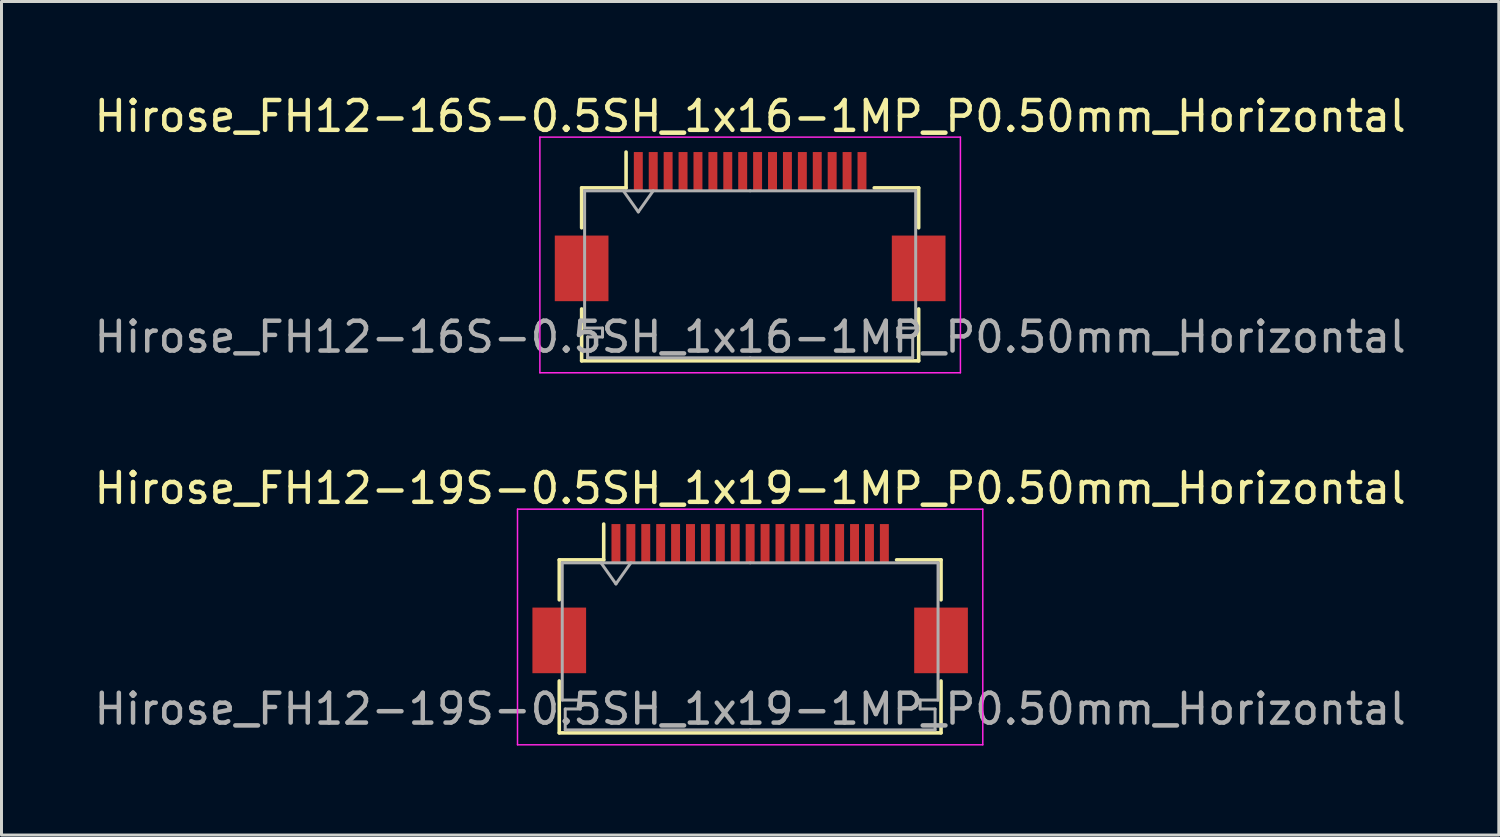
<source format=kicad_pcb>
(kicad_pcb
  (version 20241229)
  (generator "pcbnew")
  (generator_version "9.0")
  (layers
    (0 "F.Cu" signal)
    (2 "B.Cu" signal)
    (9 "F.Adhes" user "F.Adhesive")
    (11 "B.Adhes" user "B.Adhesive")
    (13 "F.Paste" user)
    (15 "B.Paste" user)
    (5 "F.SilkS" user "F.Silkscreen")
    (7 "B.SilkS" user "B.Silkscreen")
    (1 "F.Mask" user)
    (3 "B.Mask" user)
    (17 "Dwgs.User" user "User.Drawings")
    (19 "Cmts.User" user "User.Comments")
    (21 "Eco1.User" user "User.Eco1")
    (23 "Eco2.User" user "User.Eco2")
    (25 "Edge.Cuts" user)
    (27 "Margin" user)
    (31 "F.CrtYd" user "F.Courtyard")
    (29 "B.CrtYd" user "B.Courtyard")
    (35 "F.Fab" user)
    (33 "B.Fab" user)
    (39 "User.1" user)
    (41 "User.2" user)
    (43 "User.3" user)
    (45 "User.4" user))
  (footprint "Hirose_FH12-19S-0.5SH_1x19-1MP_P0.50mm_Horizontal"
    (layer "F.Cu")
    (at 22.101 17.021)
    (property "Reference" "Hirose_FH12-19S-0.5SH_1x19-1MP_P0.50mm_Horizontal" (at 0 -3.7 0) (layer "F.SilkS") (effects (font (size 1 1) (thickness 0.15))))
    (attr smd)
    (fp_line (start -6.4 -1.3) (end -6.4 0.04) (stroke (width 0.12) (type solid)) (layer "F.SilkS"))
    (fp_line (start -6.4 2.76) (end -6.4 4.5) (stroke (width 0.12) (type solid)) (layer "F.SilkS"))
    (fp_line (start -6.4 4.5) (end 6.4 4.5) (stroke (width 0.12) (type solid)) (layer "F.SilkS"))
    (fp_line (start -4.91 -1.3) (end -6.4 -1.3) (stroke (width 0.12) (type solid)) (layer "F.SilkS"))
    (fp_line (start -4.91 -1.3) (end -4.91 -2.5) (stroke (width 0.12) (type solid)) (layer "F.SilkS"))
    (fp_line (start 4.91 -1.3) (end 6.4 -1.3) (stroke (width 0.12) (type solid)) (layer "F.SilkS"))
    (fp_line (start 6.4 -1.3) (end 6.4 0.04) (stroke (width 0.12) (type solid)) (layer "F.SilkS"))
    (fp_line (start 6.4 4.5) (end 6.4 2.76) (stroke (width 0.12) (type solid)) (layer "F.SilkS"))
    (fp_line (start -7.8 -3) (end -7.8 4.9) (stroke (width 0.05) (type solid)) (layer "F.CrtYd"))
    (fp_line (start -7.8 4.9) (end 7.8 4.9) (stroke (width 0.05) (type solid)) (layer "F.CrtYd"))
    (fp_line (start 7.8 -3) (end -7.8 -3) (stroke (width 0.05) (type solid)) (layer "F.CrtYd"))
    (fp_line (start 7.8 4.9) (end 7.8 -3) (stroke (width 0.05) (type solid)) (layer "F.CrtYd"))
    (fp_line (start -6.3 -1.2) (end -6.3 3.4) (stroke (width 0.1) (type solid)) (layer "F.Fab"))
    (fp_line (start -6.3 3.4) (end -5.7 3.4) (stroke (width 0.1) (type solid)) (layer "F.Fab"))
    (fp_line (start -6.2 3.7) (end -6.2 4.4) (stroke (width 0.1) (type solid)) (layer "F.Fab"))
    (fp_line (start -6.2 4.4) (end 0 4.4) (stroke (width 0.1) (type solid)) (layer "F.Fab"))
    (fp_line (start -5.7 3.4) (end -5.7 3.7) (stroke (width 0.1) (type solid)) (layer "F.Fab"))
    (fp_line (start -5.7 3.7) (end -6.2 3.7) (stroke (width 0.1) (type solid)) (layer "F.Fab"))
    (fp_line (start -5 -1.2) (end -4.5 -0.493) (stroke (width 0.1) (type solid)) (layer "F.Fab"))
    (fp_line (start -4.5 -0.493) (end -4 -1.2) (stroke (width 0.1) (type solid)) (layer "F.Fab"))
    (fp_line (start 0 -1.2) (end -6.3 -1.2) (stroke (width 0.1) (type solid)) (layer "F.Fab"))
    (fp_line (start 0 -1.2) (end 6.3 -1.2) (stroke (width 0.1) (type solid)) (layer "F.Fab"))
    (fp_line (start 5.7 3.4) (end 5.7 3.7) (stroke (width 0.1) (type solid)) (layer "F.Fab"))
    (fp_line (start 5.7 3.7) (end 6.2 3.7) (stroke (width 0.1) (type solid)) (layer "F.Fab"))
    (fp_line (start 6.2 3.7) (end 6.2 4.4) (stroke (width 0.1) (type solid)) (layer "F.Fab"))
    (fp_line (start 6.2 4.4) (end 0 4.4) (stroke (width 0.1) (type solid)) (layer "F.Fab"))
    (fp_line (start 6.3 -1.2) (end 6.3 3.4) (stroke (width 0.1) (type solid)) (layer "F.Fab"))
    (fp_line (start 6.3 3.4) (end 5.7 3.4) (stroke (width 0.1) (type solid)) (layer "F.Fab"))
    (fp_text user "${REFERENCE}" (at 0 3.7 0) (layer "F.Fab") (effects (font (size 1 1) (thickness 0.15))))
    (pad "1" smd rect (at -4.5 -1.85) (size 0.3 1.3) (layers "F.Cu" "F.Mask" "F.Paste"))
    (pad "2" smd rect (at -4 -1.85) (size 0.3 1.3) (layers "F.Cu" "F.Mask" "F.Paste"))
    (pad "3" smd rect (at -3.5 -1.85) (size 0.3 1.3) (layers "F.Cu" "F.Mask" "F.Paste"))
    (pad "4" smd rect (at -3 -1.85) (size 0.3 1.3) (layers "F.Cu" "F.Mask" "F.Paste"))
    (pad "5" smd rect (at -2.5 -1.85) (size 0.3 1.3) (layers "F.Cu" "F.Mask" "F.Paste"))
    (pad "6" smd rect (at -2 -1.85) (size 0.3 1.3) (layers "F.Cu" "F.Mask" "F.Paste"))
    (pad "7" smd rect (at -1.5 -1.85) (size 0.3 1.3) (layers "F.Cu" "F.Mask" "F.Paste"))
    (pad "8" smd rect (at -1 -1.85) (size 0.3 1.3) (layers "F.Cu" "F.Mask" "F.Paste"))
    (pad "9" smd rect (at -0.5 -1.85) (size 0.3 1.3) (layers "F.Cu" "F.Mask" "F.Paste"))
    (pad "10" smd rect (at 0 -1.85) (size 0.3 1.3) (layers "F.Cu" "F.Mask" "F.Paste"))
    (pad "11" smd rect (at 0.5 -1.85) (size 0.3 1.3) (layers "F.Cu" "F.Mask" "F.Paste"))
    (pad "12" smd rect (at 1 -1.85) (size 0.3 1.3) (layers "F.Cu" "F.Mask" "F.Paste"))
    (pad "13" smd rect (at 1.5 -1.85) (size 0.3 1.3) (layers "F.Cu" "F.Mask" "F.Paste"))
    (pad "14" smd rect (at 2 -1.85) (size 0.3 1.3) (layers "F.Cu" "F.Mask" "F.Paste"))
    (pad "15" smd rect (at 2.5 -1.85) (size 0.3 1.3) (layers "F.Cu" "F.Mask" "F.Paste"))
    (pad "16" smd rect (at 3 -1.85) (size 0.3 1.3) (layers "F.Cu" "F.Mask" "F.Paste"))
    (pad "17" smd rect (at 3.5 -1.85) (size 0.3 1.3) (layers "F.Cu" "F.Mask" "F.Paste"))
    (pad "18" smd rect (at 4 -1.85) (size 0.3 1.3) (layers "F.Cu" "F.Mask" "F.Paste"))
    (pad "19" smd rect (at 4.5 -1.85) (size 0.3 1.3) (layers "F.Cu" "F.Mask" "F.Paste"))
    (pad "MP" smd rect (at -6.4 1.4) (size 1.8 2.2) (layers "F.Cu" "F.Mask" "F.Paste"))
    (pad "MP" smd rect (at 6.4 1.4) (size 1.8 2.2) (layers "F.Cu" "F.Mask" "F.Paste")))
  (footprint "Hirose_FH12-16S-0.5SH_1x16-1MP_P0.50mm_Horizontal"
    (layer "F.Cu")
    (at 22.101 4.548)
    (property "Reference" "Hirose_FH12-16S-0.5SH_1x16-1MP_P0.50mm_Horizontal" (at 0 -3.7 0) (layer "F.SilkS") (effects (font (size 1 1) (thickness 0.15))))
    (attr smd)
    (fp_line (start -5.65 -1.3) (end -5.65 0.04) (stroke (width 0.12) (type solid)) (layer "F.SilkS"))
    (fp_line (start -5.65 2.76) (end -5.65 4.5) (stroke (width 0.12) (type solid)) (layer "F.SilkS"))
    (fp_line (start -5.65 4.5) (end 5.65 4.5) (stroke (width 0.12) (type solid)) (layer "F.SilkS"))
    (fp_line (start -4.16 -1.3) (end -5.65 -1.3) (stroke (width 0.12) (type solid)) (layer "F.SilkS"))
    (fp_line (start -4.16 -1.3) (end -4.16 -2.5) (stroke (width 0.12) (type solid)) (layer "F.SilkS"))
    (fp_line (start 4.16 -1.3) (end 5.65 -1.3) (stroke (width 0.12) (type solid)) (layer "F.SilkS"))
    (fp_line (start 5.65 -1.3) (end 5.65 0.04) (stroke (width 0.12) (type solid)) (layer "F.SilkS"))
    (fp_line (start 5.65 4.5) (end 5.65 2.76) (stroke (width 0.12) (type solid)) (layer "F.SilkS"))
    (fp_line (start -7.05 -3) (end -7.05 4.9) (stroke (width 0.05) (type solid)) (layer "F.CrtYd"))
    (fp_line (start -7.05 4.9) (end 7.05 4.9) (stroke (width 0.05) (type solid)) (layer "F.CrtYd"))
    (fp_line (start 7.05 -3) (end -7.05 -3) (stroke (width 0.05) (type solid)) (layer "F.CrtYd"))
    (fp_line (start 7.05 4.9) (end 7.05 -3) (stroke (width 0.05) (type solid)) (layer "F.CrtYd"))
    (fp_line (start -5.55 -1.2) (end -5.55 3.4) (stroke (width 0.1) (type solid)) (layer "F.Fab"))
    (fp_line (start -5.55 3.4) (end -4.95 3.4) (stroke (width 0.1) (type solid)) (layer "F.Fab"))
    (fp_line (start -5.45 3.7) (end -5.45 4.4) (stroke (width 0.1) (type solid)) (layer "F.Fab"))
    (fp_line (start -5.45 4.4) (end 0 4.4) (stroke (width 0.1) (type solid)) (layer "F.Fab"))
    (fp_line (start -4.95 3.4) (end -4.95 3.7) (stroke (width 0.1) (type solid)) (layer "F.Fab"))
    (fp_line (start -4.95 3.7) (end -5.45 3.7) (stroke (width 0.1) (type solid)) (layer "F.Fab"))
    (fp_line (start -4.25 -1.2) (end -3.75 -0.493) (stroke (width 0.1) (type solid)) (layer "F.Fab"))
    (fp_line (start -3.75 -0.493) (end -3.25 -1.2) (stroke (width 0.1) (type solid)) (layer "F.Fab"))
    (fp_line (start 0 -1.2) (end -5.55 -1.2) (stroke (width 0.1) (type solid)) (layer "F.Fab"))
    (fp_line (start 0 -1.2) (end 5.55 -1.2) (stroke (width 0.1) (type solid)) (layer "F.Fab"))
    (fp_line (start 4.95 3.4) (end 4.95 3.7) (stroke (width 0.1) (type solid)) (layer "F.Fab"))
    (fp_line (start 4.95 3.7) (end 5.45 3.7) (stroke (width 0.1) (type solid)) (layer "F.Fab"))
    (fp_line (start 5.45 3.7) (end 5.45 4.4) (stroke (width 0.1) (type solid)) (layer "F.Fab"))
    (fp_line (start 5.45 4.4) (end 0 4.4) (stroke (width 0.1) (type solid)) (layer "F.Fab"))
    (fp_line (start 5.55 -1.2) (end 5.55 3.4) (stroke (width 0.1) (type solid)) (layer "F.Fab"))
    (fp_line (start 5.55 3.4) (end 4.95 3.4) (stroke (width 0.1) (type solid)) (layer "F.Fab"))
    (fp_text user "${REFERENCE}" (at 0 3.7 0) (layer "F.Fab") (effects (font (size 1 1) (thickness 0.15))))
    (pad "1" smd rect (at -3.75 -1.85) (size 0.3 1.3) (layers "F.Cu" "F.Mask" "F.Paste"))
    (pad "2" smd rect (at -3.25 -1.85) (size 0.3 1.3) (layers "F.Cu" "F.Mask" "F.Paste"))
    (pad "3" smd rect (at -2.75 -1.85) (size 0.3 1.3) (layers "F.Cu" "F.Mask" "F.Paste"))
    (pad "4" smd rect (at -2.25 -1.85) (size 0.3 1.3) (layers "F.Cu" "F.Mask" "F.Paste"))
    (pad "5" smd rect (at -1.75 -1.85) (size 0.3 1.3) (layers "F.Cu" "F.Mask" "F.Paste"))
    (pad "6" smd rect (at -1.25 -1.85) (size 0.3 1.3) (layers "F.Cu" "F.Mask" "F.Paste"))
    (pad "7" smd rect (at -0.75 -1.85) (size 0.3 1.3) (layers "F.Cu" "F.Mask" "F.Paste"))
    (pad "8" smd rect (at -0.25 -1.85) (size 0.3 1.3) (layers "F.Cu" "F.Mask" "F.Paste"))
    (pad "9" smd rect (at 0.25 -1.85) (size 0.3 1.3) (layers "F.Cu" "F.Mask" "F.Paste"))
    (pad "10" smd rect (at 0.75 -1.85) (size 0.3 1.3) (layers "F.Cu" "F.Mask" "F.Paste"))
    (pad "11" smd rect (at 1.25 -1.85) (size 0.3 1.3) (layers "F.Cu" "F.Mask" "F.Paste"))
    (pad "12" smd rect (at 1.75 -1.85) (size 0.3 1.3) (layers "F.Cu" "F.Mask" "F.Paste"))
    (pad "13" smd rect (at 2.25 -1.85) (size 0.3 1.3) (layers "F.Cu" "F.Mask" "F.Paste"))
    (pad "14" smd rect (at 2.75 -1.85) (size 0.3 1.3) (layers "F.Cu" "F.Mask" "F.Paste"))
    (pad "15" smd rect (at 3.25 -1.85) (size 0.3 1.3) (layers "F.Cu" "F.Mask" "F.Paste"))
    (pad "16" smd rect (at 3.75 -1.85) (size 0.3 1.3) (layers "F.Cu" "F.Mask" "F.Paste"))
    (pad "MP" smd rect (at -5.65 1.4) (size 1.8 2.2) (layers "F.Cu" "F.Mask" "F.Paste"))
    (pad "MP" smd rect (at 5.65 1.4) (size 1.8 2.2) (layers "F.Cu" "F.Mask" "F.Paste")))
  (gr_rect
    (start -3 -3)
    (end 47.202 24.947)
    (stroke (width 0.1) (type default))
    (fill no)
    (layer "Edge.Cuts")))
</source>
